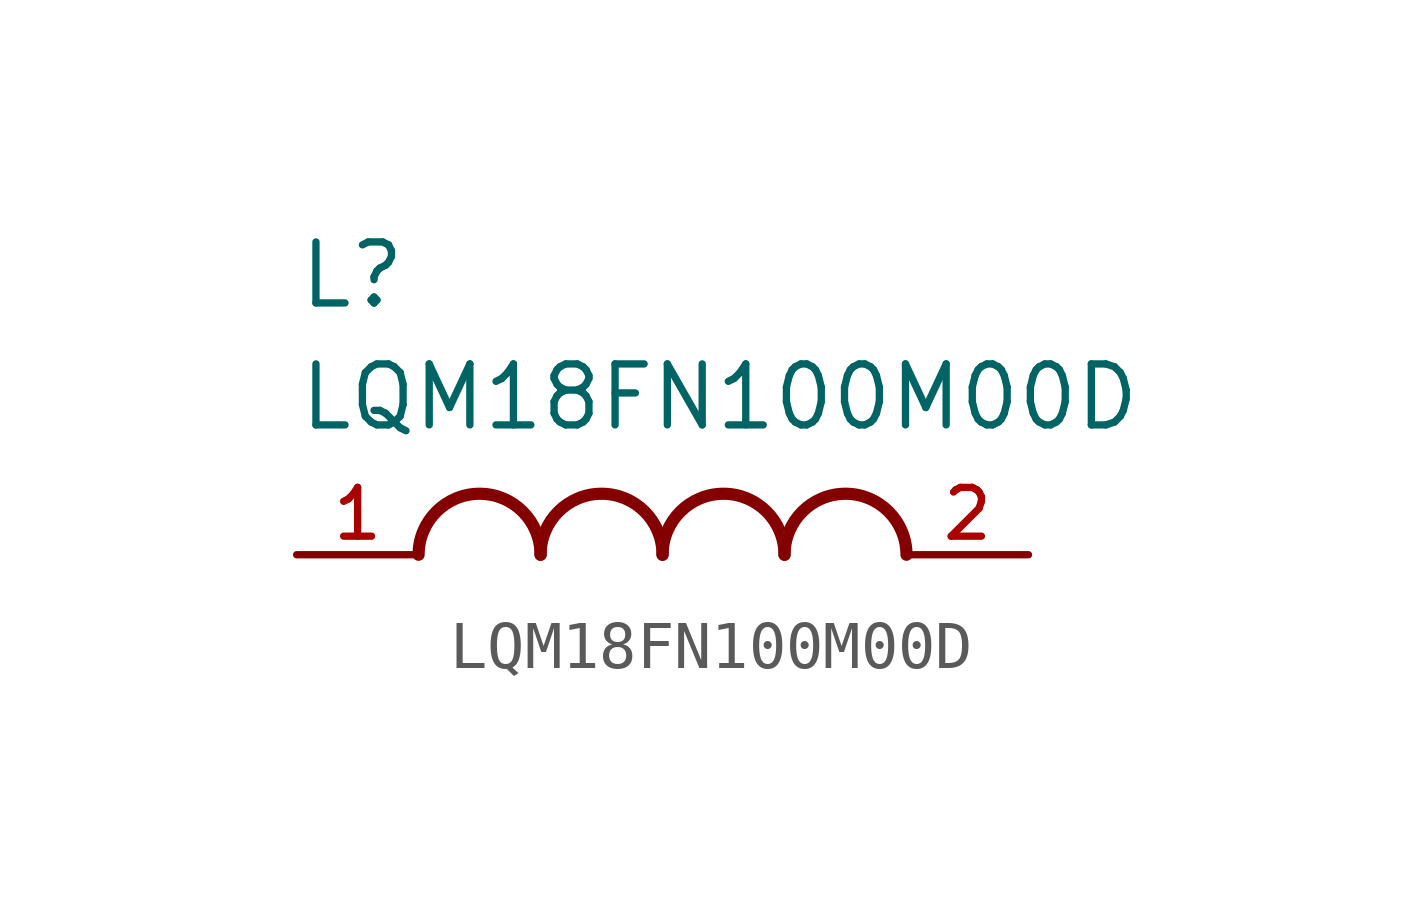
<source format=kicad_sym>
(kicad_symbol_lib
  (version 20211014)
  (generator kicad_symbol_editor)
  (symbol "LQM18FN100M00D"
    (pin_names
      (offset 1.016))
    (property "Reference" "L"
      (at -7.62 5.08 0)
      (effects (font (size 1.27 1.27)) (justify bottom left)))
    (property "Value" "LQM18FN100M00D"
      (at -7.62 2.54 0)
      (effects (font (size 1.27 1.27)) (justify bottom left)))
    (symbol "LQM18FN100M00D_0_0"
      (arc (start -2.54 0.0) (mid -3.81 1.27) (end -5.08 0.0) (stroke (width 0.254) (type default) (color 0 0 0 0)) (fill (type none)))
      (arc (start 0.0 0.0) (mid -1.27 1.27) (end -2.54 0.0) (stroke (width 0.254) (type default) (color 0 0 0 0)) (fill (type none)))
      (arc (start 2.54 0.0) (mid 1.27 1.27) (end 0.0 0.0) (stroke (width 0.254) (type default) (color 0 0 0 0)) (fill (type none)))
      (arc (start 5.08 0.0) (mid 3.81 1.27) (end 2.54 0.0) (stroke (width 0.254) (type default) (color 0 0 0 0)) (fill (type none)))
      (pin passive line (at -7.62 0.0 0) (length 2.54) (name "~" (effects (font (size 1.016 1.016)))) (number "1" (effects (font (size 1.016 1.016)))))
      (pin passive line (at 7.62 0.0 180.0) (length 2.54) (name "~" (effects (font (size 1.016 1.016)))) (number "2" (effects (font (size 1.016 1.016))))))))
</source>
